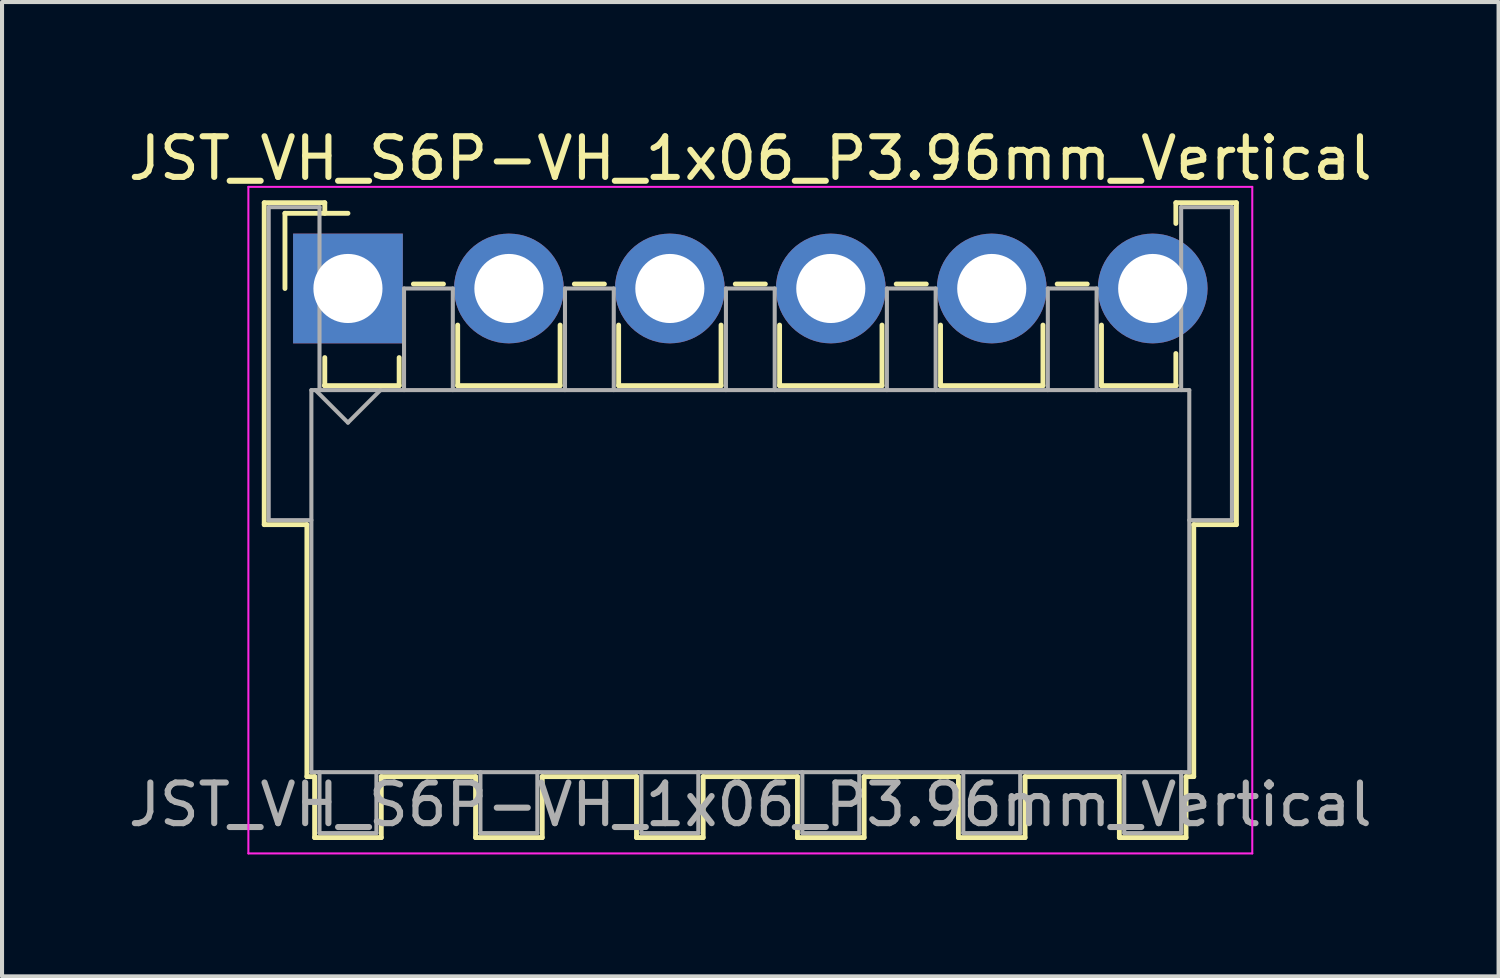
<source format=kicad_pcb>
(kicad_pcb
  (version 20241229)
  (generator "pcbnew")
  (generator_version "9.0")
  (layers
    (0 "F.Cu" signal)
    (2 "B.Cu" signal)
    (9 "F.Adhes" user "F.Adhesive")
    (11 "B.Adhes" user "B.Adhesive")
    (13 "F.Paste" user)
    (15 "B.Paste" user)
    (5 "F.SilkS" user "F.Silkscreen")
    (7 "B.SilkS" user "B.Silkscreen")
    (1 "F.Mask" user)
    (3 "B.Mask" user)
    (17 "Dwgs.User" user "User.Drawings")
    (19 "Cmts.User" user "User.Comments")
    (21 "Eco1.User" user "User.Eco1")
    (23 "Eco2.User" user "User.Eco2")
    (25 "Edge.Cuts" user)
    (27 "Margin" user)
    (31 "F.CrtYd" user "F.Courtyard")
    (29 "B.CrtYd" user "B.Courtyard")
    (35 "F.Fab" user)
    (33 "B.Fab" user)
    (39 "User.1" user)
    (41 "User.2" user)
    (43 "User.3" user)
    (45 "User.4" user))
  (footprint "JST_VH_S6P-VH_1x06_P3.96mm_Vertical"
    (layer "F.Cu")
    (at 5.511 4.048)
    (property "Reference" "JST_VH_S6P-VH_1x06_P3.96mm_Vertical" (at 9.9 -3.2 0) (layer "F.SilkS") (effects (font (size 1 1) (thickness 0.15))))
    (attr through_hole)
    (fp_line (start -2.06 -2.11) (end -0.57 -2.11) (stroke (width 0.12) (type solid)) (layer "F.SilkS"))
    (fp_line (start -2.06 5.81) (end -2.06 -2.11) (stroke (width 0.12) (type solid)) (layer "F.SilkS"))
    (fp_line (start -1.55 -1.85) (end -1.55 0) (stroke (width 0.12) (type solid)) (layer "F.SilkS"))
    (fp_line (start -1.01 5.81) (end -2.06 5.81) (stroke (width 0.12) (type solid)) (layer "F.SilkS"))
    (fp_line (start -1.01 5.81) (end -1.01 12.01) (stroke (width 0.12) (type solid)) (layer "F.SilkS"))
    (fp_line (start -1.01 12.01) (end -0.82 12.01) (stroke (width 0.12) (type solid)) (layer "F.SilkS"))
    (fp_line (start -0.82 12.01) (end -0.82 13.51) (stroke (width 0.12) (type solid)) (layer "F.SilkS"))
    (fp_line (start -0.82 13.51) (end 0.82 13.51) (stroke (width 0.12) (type solid)) (layer "F.SilkS"))
    (fp_line (start -0.58 2.39) (end 1.26 2.39) (stroke (width 0.12) (type solid)) (layer "F.SilkS"))
    (fp_line (start -0.57 -2.11) (end -0.57 -1.85) (stroke (width 0.12) (type solid)) (layer "F.SilkS"))
    (fp_line (start -0.57 1.7) (end -0.57 2.39) (stroke (width 0.12) (type solid)) (layer "F.SilkS"))
    (fp_line (start 0 -1.85) (end -1.55 -1.85) (stroke (width 0.12) (type solid)) (layer "F.SilkS"))
    (fp_line (start 0.82 12.01) (end 3.14 12.01) (stroke (width 0.12) (type solid)) (layer "F.SilkS"))
    (fp_line (start 0.82 13.51) (end 0.82 12.01) (stroke (width 0.12) (type solid)) (layer "F.SilkS"))
    (fp_line (start 1.26 2.39) (end 1.26 1.7) (stroke (width 0.12) (type solid)) (layer "F.SilkS"))
    (fp_line (start 1.61 -0.11) (end 2.35 -0.11) (stroke (width 0.12) (type solid)) (layer "F.SilkS"))
    (fp_line (start 2.7 0.9) (end 2.7 2.39) (stroke (width 0.12) (type solid)) (layer "F.SilkS"))
    (fp_line (start 2.7 2.39) (end 5.22 2.39) (stroke (width 0.12) (type solid)) (layer "F.SilkS"))
    (fp_line (start 3.14 12.01) (end 3.14 13.51) (stroke (width 0.12) (type solid)) (layer "F.SilkS"))
    (fp_line (start 3.14 13.51) (end 4.78 13.51) (stroke (width 0.12) (type solid)) (layer "F.SilkS"))
    (fp_line (start 4.78 12.01) (end 7.1 12.01) (stroke (width 0.12) (type solid)) (layer "F.SilkS"))
    (fp_line (start 4.78 13.51) (end 4.78 12.01) (stroke (width 0.12) (type solid)) (layer "F.SilkS"))
    (fp_line (start 5.22 2.39) (end 5.22 0.9) (stroke (width 0.12) (type solid)) (layer "F.SilkS"))
    (fp_line (start 5.57 -0.11) (end 6.31 -0.11) (stroke (width 0.12) (type solid)) (layer "F.SilkS"))
    (fp_line (start 6.66 0.9) (end 6.66 2.39) (stroke (width 0.12) (type solid)) (layer "F.SilkS"))
    (fp_line (start 6.66 2.39) (end 9.18 2.39) (stroke (width 0.12) (type solid)) (layer "F.SilkS"))
    (fp_line (start 7.1 12.01) (end 7.1 13.51) (stroke (width 0.12) (type solid)) (layer "F.SilkS"))
    (fp_line (start 7.1 13.51) (end 8.74 13.51) (stroke (width 0.12) (type solid)) (layer "F.SilkS"))
    (fp_line (start 8.74 12.01) (end 11.06 12.01) (stroke (width 0.12) (type solid)) (layer "F.SilkS"))
    (fp_line (start 8.74 13.51) (end 8.74 12.01) (stroke (width 0.12) (type solid)) (layer "F.SilkS"))
    (fp_line (start 9.18 2.39) (end 9.18 0.9) (stroke (width 0.12) (type solid)) (layer "F.SilkS"))
    (fp_line (start 9.53 -0.11) (end 10.27 -0.11) (stroke (width 0.12) (type solid)) (layer "F.SilkS"))
    (fp_line (start 10.62 0.9) (end 10.62 2.39) (stroke (width 0.12) (type solid)) (layer "F.SilkS"))
    (fp_line (start 10.62 2.39) (end 13.14 2.39) (stroke (width 0.12) (type solid)) (layer "F.SilkS"))
    (fp_line (start 11.06 12.01) (end 11.06 13.51) (stroke (width 0.12) (type solid)) (layer "F.SilkS"))
    (fp_line (start 11.06 13.51) (end 12.7 13.51) (stroke (width 0.12) (type solid)) (layer "F.SilkS"))
    (fp_line (start 12.7 12.01) (end 15.02 12.01) (stroke (width 0.12) (type solid)) (layer "F.SilkS"))
    (fp_line (start 12.7 13.51) (end 12.7 12.01) (stroke (width 0.12) (type solid)) (layer "F.SilkS"))
    (fp_line (start 13.14 2.39) (end 13.14 0.9) (stroke (width 0.12) (type solid)) (layer "F.SilkS"))
    (fp_line (start 13.49 -0.11) (end 14.23 -0.11) (stroke (width 0.12) (type solid)) (layer "F.SilkS"))
    (fp_line (start 14.58 0.9) (end 14.58 2.39) (stroke (width 0.12) (type solid)) (layer "F.SilkS"))
    (fp_line (start 14.58 2.39) (end 17.1 2.39) (stroke (width 0.12) (type solid)) (layer "F.SilkS"))
    (fp_line (start 15.02 12.01) (end 15.02 13.51) (stroke (width 0.12) (type solid)) (layer "F.SilkS"))
    (fp_line (start 15.02 13.51) (end 16.66 13.51) (stroke (width 0.12) (type solid)) (layer "F.SilkS"))
    (fp_line (start 16.66 12.01) (end 18.98 12.01) (stroke (width 0.12) (type solid)) (layer "F.SilkS"))
    (fp_line (start 16.66 13.51) (end 16.66 12.01) (stroke (width 0.12) (type solid)) (layer "F.SilkS"))
    (fp_line (start 17.1 2.39) (end 17.1 0.9) (stroke (width 0.12) (type solid)) (layer "F.SilkS"))
    (fp_line (start 17.45 -0.11) (end 18.19 -0.11) (stroke (width 0.12) (type solid)) (layer "F.SilkS"))
    (fp_line (start 18.54 0.9) (end 18.54 2.39) (stroke (width 0.12) (type solid)) (layer "F.SilkS"))
    (fp_line (start 18.54 2.39) (end 20.38 2.39) (stroke (width 0.12) (type solid)) (layer "F.SilkS"))
    (fp_line (start 18.98 12.01) (end 18.98 13.51) (stroke (width 0.12) (type solid)) (layer "F.SilkS"))
    (fp_line (start 18.98 13.51) (end 20.62 13.51) (stroke (width 0.12) (type solid)) (layer "F.SilkS"))
    (fp_line (start 20.37 -2.11) (end 21.86 -2.11) (stroke (width 0.12) (type solid)) (layer "F.SilkS"))
    (fp_line (start 20.37 -1.6) (end 20.37 -2.11) (stroke (width 0.12) (type solid)) (layer "F.SilkS"))
    (fp_line (start 20.37 2.39) (end 20.37 1.6) (stroke (width 0.12) (type solid)) (layer "F.SilkS"))
    (fp_line (start 20.62 12.01) (end 20.81 12.01) (stroke (width 0.12) (type solid)) (layer "F.SilkS"))
    (fp_line (start 20.62 13.51) (end 20.62 12.01) (stroke (width 0.12) (type solid)) (layer "F.SilkS"))
    (fp_line (start 20.81 12.01) (end 20.81 5.81) (stroke (width 0.12) (type solid)) (layer "F.SilkS"))
    (fp_line (start 21.86 -2.11) (end 21.86 5.81) (stroke (width 0.12) (type solid)) (layer "F.SilkS"))
    (fp_line (start 21.86 5.81) (end 20.81 5.81) (stroke (width 0.12) (type solid)) (layer "F.SilkS"))
    (fp_line (start -2.45 -2.5) (end -2.45 13.9) (stroke (width 0.05) (type solid)) (layer "F.CrtYd"))
    (fp_line (start -2.45 13.9) (end 22.25 13.9) (stroke (width 0.05) (type solid)) (layer "F.CrtYd"))
    (fp_line (start 22.25 -2.5) (end -2.45 -2.5) (stroke (width 0.05) (type solid)) (layer "F.CrtYd"))
    (fp_line (start 22.25 13.9) (end 22.25 -2.5) (stroke (width 0.05) (type solid)) (layer "F.CrtYd"))
    (fp_line (start -1.95 -2) (end -0.7 -2) (stroke (width 0.1) (type solid)) (layer "F.Fab"))
    (fp_line (start -1.95 5.7) (end -1.95 -2) (stroke (width 0.1) (type solid)) (layer "F.Fab"))
    (fp_line (start -0.9 2.5) (end -0.9 11.9) (stroke (width 0.1) (type solid)) (layer "F.Fab"))
    (fp_line (start -0.9 5.7) (end -1.95 5.7) (stroke (width 0.1) (type solid)) (layer "F.Fab"))
    (fp_line (start -0.9 11.9) (end 20.7 11.9) (stroke (width 0.1) (type solid)) (layer "F.Fab"))
    (fp_line (start -0.8 2.5) (end 0 3.3) (stroke (width 0.1) (type solid)) (layer "F.Fab"))
    (fp_line (start -0.7 -2) (end -0.7 2.5) (stroke (width 0.1) (type solid)) (layer "F.Fab"))
    (fp_line (start -0.7 11.9) (end -0.7 13.4) (stroke (width 0.1) (type solid)) (layer "F.Fab"))
    (fp_line (start -0.7 13.4) (end 0.7 13.4) (stroke (width 0.1) (type solid)) (layer "F.Fab"))
    (fp_line (start 0 3.3) (end 0.8 2.5) (stroke (width 0.1) (type solid)) (layer "F.Fab"))
    (fp_line (start 0.7 13.4) (end 0.7 11.9) (stroke (width 0.1) (type solid)) (layer "F.Fab"))
    (fp_line (start 1.38 0) (end 2.58 0) (stroke (width 0.1) (type solid)) (layer "F.Fab"))
    (fp_line (start 1.38 2.5) (end 1.38 0) (stroke (width 0.1) (type solid)) (layer "F.Fab"))
    (fp_line (start 2.58 0) (end 2.58 2.5) (stroke (width 0.1) (type solid)) (layer "F.Fab"))
    (fp_line (start 3.26 11.9) (end 3.26 13.4) (stroke (width 0.1) (type solid)) (layer "F.Fab"))
    (fp_line (start 3.26 13.4) (end 4.66 13.4) (stroke (width 0.1) (type solid)) (layer "F.Fab"))
    (fp_line (start 4.66 13.4) (end 4.66 11.9) (stroke (width 0.1) (type solid)) (layer "F.Fab"))
    (fp_line (start 5.34 0) (end 6.54 0) (stroke (width 0.1) (type solid)) (layer "F.Fab"))
    (fp_line (start 5.34 2.5) (end 5.34 0) (stroke (width 0.1) (type solid)) (layer "F.Fab"))
    (fp_line (start 6.54 0) (end 6.54 2.5) (stroke (width 0.1) (type solid)) (layer "F.Fab"))
    (fp_line (start 7.22 11.9) (end 7.22 13.4) (stroke (width 0.1) (type solid)) (layer "F.Fab"))
    (fp_line (start 7.22 13.4) (end 8.62 13.4) (stroke (width 0.1) (type solid)) (layer "F.Fab"))
    (fp_line (start 8.62 13.4) (end 8.62 11.9) (stroke (width 0.1) (type solid)) (layer "F.Fab"))
    (fp_line (start 9.3 0) (end 10.5 0) (stroke (width 0.1) (type solid)) (layer "F.Fab"))
    (fp_line (start 9.3 2.5) (end 9.3 0) (stroke (width 0.1) (type solid)) (layer "F.Fab"))
    (fp_line (start 10.5 0) (end 10.5 2.5) (stroke (width 0.1) (type solid)) (layer "F.Fab"))
    (fp_line (start 11.18 11.9) (end 11.18 13.4) (stroke (width 0.1) (type solid)) (layer "F.Fab"))
    (fp_line (start 11.18 13.4) (end 12.58 13.4) (stroke (width 0.1) (type solid)) (layer "F.Fab"))
    (fp_line (start 12.58 13.4) (end 12.58 11.9) (stroke (width 0.1) (type solid)) (layer "F.Fab"))
    (fp_line (start 13.26 0) (end 14.46 0) (stroke (width 0.1) (type solid)) (layer "F.Fab"))
    (fp_line (start 13.26 2.5) (end 13.26 0) (stroke (width 0.1) (type solid)) (layer "F.Fab"))
    (fp_line (start 14.46 0) (end 14.46 2.5) (stroke (width 0.1) (type solid)) (layer "F.Fab"))
    (fp_line (start 15.14 11.9) (end 15.14 13.4) (stroke (width 0.1) (type solid)) (layer "F.Fab"))
    (fp_line (start 15.14 13.4) (end 16.54 13.4) (stroke (width 0.1) (type solid)) (layer "F.Fab"))
    (fp_line (start 16.54 13.4) (end 16.54 11.9) (stroke (width 0.1) (type solid)) (layer "F.Fab"))
    (fp_line (start 17.22 0) (end 18.42 0) (stroke (width 0.1) (type solid)) (layer "F.Fab"))
    (fp_line (start 17.22 2.5) (end 17.22 0) (stroke (width 0.1) (type solid)) (layer "F.Fab"))
    (fp_line (start 18.42 0) (end 18.42 2.5) (stroke (width 0.1) (type solid)) (layer "F.Fab"))
    (fp_line (start 19.1 11.9) (end 19.1 13.4) (stroke (width 0.1) (type solid)) (layer "F.Fab"))
    (fp_line (start 19.1 13.4) (end 20.5 13.4) (stroke (width 0.1) (type solid)) (layer "F.Fab"))
    (fp_line (start 20.5 -2) (end 21.75 -2) (stroke (width 0.1) (type solid)) (layer "F.Fab"))
    (fp_line (start 20.5 2.5) (end 20.5 -2) (stroke (width 0.1) (type solid)) (layer "F.Fab"))
    (fp_line (start 20.5 13.4) (end 20.5 11.9) (stroke (width 0.1) (type solid)) (layer "F.Fab"))
    (fp_line (start 20.7 2.5) (end -0.9 2.5) (stroke (width 0.1) (type solid)) (layer "F.Fab"))
    (fp_line (start 20.7 11.9) (end 20.7 2.5) (stroke (width 0.1) (type solid)) (layer "F.Fab"))
    (fp_line (start 21.75 -2) (end 21.75 5.7) (stroke (width 0.1) (type solid)) (layer "F.Fab"))
    (fp_line (start 21.75 5.7) (end 20.7 5.7) (stroke (width 0.1) (type solid)) (layer "F.Fab"))
    (fp_text user "${REFERENCE}" (at 9.9 12.7 0) (layer "F.Fab") (effects (font (size 1 1) (thickness 0.15))))
    (pad "1" thru_hole rect (at 0 0) (size 2.7 2.7) (drill 1.7) (layers "*.Cu" "*.Mask"))
    (pad "2" thru_hole circle (at 3.96 0) (size 2.7 2.7) (drill 1.7) (layers "*.Cu" "*.Mask"))
    (pad "3" thru_hole circle (at 7.92 0) (size 2.7 2.7) (drill 1.7) (layers "*.Cu" "*.Mask"))
    (pad "4" thru_hole circle (at 11.88 0) (size 2.7 2.7) (drill 1.7) (layers "*.Cu" "*.Mask"))
    (pad "5" thru_hole circle (at 15.84 0) (size 2.7 2.7) (drill 1.7) (layers "*.Cu" "*.Mask"))
    (pad "6" thru_hole circle (at 19.8 0) (size 2.7 2.7) (drill 1.7) (layers "*.Cu" "*.Mask")))
  (gr_rect
    (start -3 -3)
    (end 33.821 20.973)
    (stroke (width 0.1) (type default))
    (fill no)
    (layer "Edge.Cuts")))
</source>
